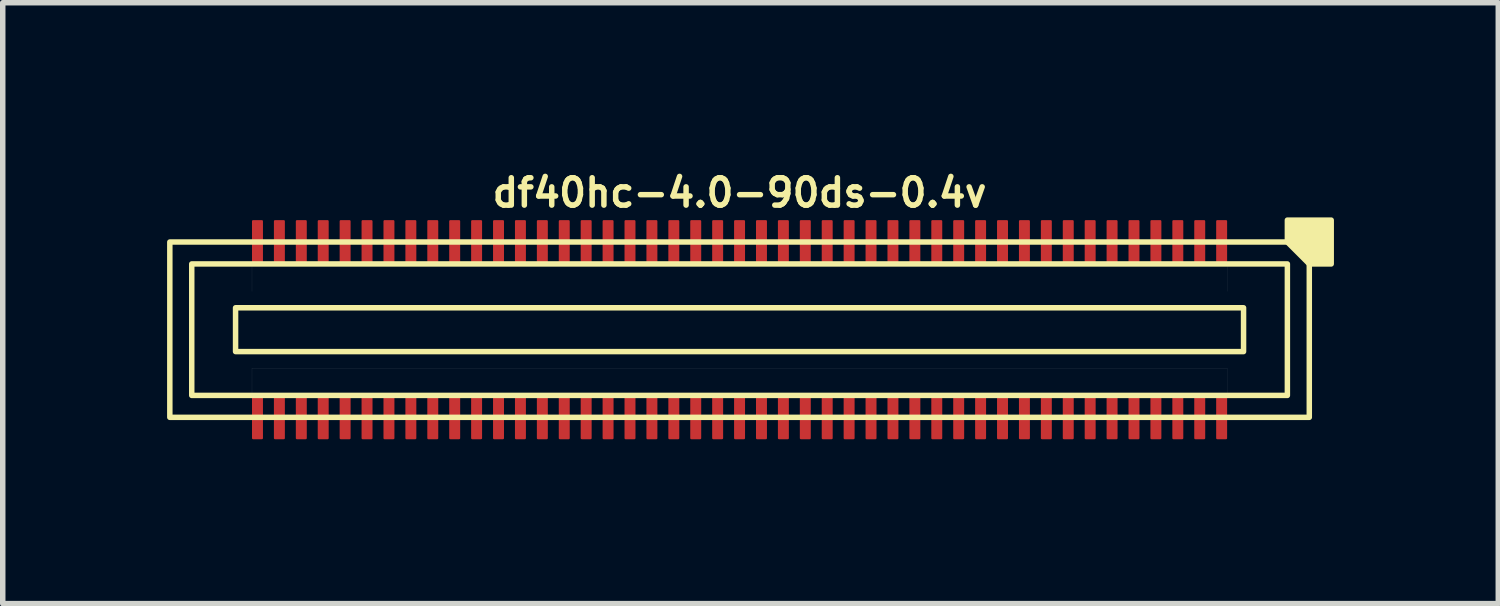
<source format=kicad_pcb>
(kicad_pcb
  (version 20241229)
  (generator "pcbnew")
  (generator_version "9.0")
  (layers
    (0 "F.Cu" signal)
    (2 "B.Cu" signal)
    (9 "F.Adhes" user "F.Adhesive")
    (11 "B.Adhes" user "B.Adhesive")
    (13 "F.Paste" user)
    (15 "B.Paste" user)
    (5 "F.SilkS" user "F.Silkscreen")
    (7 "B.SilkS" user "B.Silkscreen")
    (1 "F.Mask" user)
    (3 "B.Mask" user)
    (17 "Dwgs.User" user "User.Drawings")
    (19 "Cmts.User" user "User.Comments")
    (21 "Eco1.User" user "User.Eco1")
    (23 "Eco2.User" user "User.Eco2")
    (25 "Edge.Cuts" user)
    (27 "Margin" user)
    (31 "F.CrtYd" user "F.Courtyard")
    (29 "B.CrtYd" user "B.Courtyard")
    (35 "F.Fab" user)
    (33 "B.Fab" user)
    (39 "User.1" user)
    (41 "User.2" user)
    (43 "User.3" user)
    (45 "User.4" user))
  (footprint "df40hc-4.0-90ds-0.4v"
    (layer "F.Cu")
    (at 10.45 2.968)
    (property "Reference" "df40hc-4.0-90ds-0.4v" (at 0 -2.5 180) (layer "F.SilkS") (effects (font (size 0.5 0.5) (thickness 0.1))))
    (attr smd)
    (fp_rect (start -9.2 -0.4) (end 9.2 0.4) (stroke (width 0.1) (type default)) (fill no) (layer "F.SilkS"))
    (fp_rect (start 10 -1.2) (end -10 1.2) (stroke (width 0.1) (type default)) (fill no) (layer "F.SilkS"))
    (fp_rect (start 10.4 -1.6) (end -10.4 1.6) (stroke (width 0.1) (type default)) (fill no) (layer "F.SilkS"))
    (fp_poly (pts (xy 10 -1.6) (xy 10 -2) (xy 10.8 -2) (xy 10.8 -1.2) (xy 10.4 -1.2)) (stroke (width 0.1) (type solid)) (fill yes) (layer "F.SilkS"))
    (fp_poly (pts (xy -8.9 -1.2) (xy 8.9 -1.2) (xy 8.9 -0.7) (xy -8.9 -0.7)) (stroke (width 0.001) (type solid)) (fill no) (layer "Dwgs.User"))
    (fp_poly (pts (xy -8.9 0.7) (xy 8.9 0.7) (xy 8.9 1.2) (xy -8.9 1.2)) (stroke (width 0.001) (type solid)) (fill no) (layer "Dwgs.User"))
    (pad "1" smd roundrect (at 8.8 -1.6) (size 0.2 0.8) (layers "F.Cu" "F.Mask" "F.Paste") (roundrect_rratio 0.1))
    (pad "2" smd roundrect (at 8.8 1.6) (size 0.2 0.8) (layers "F.Cu" "F.Mask" "F.Paste") (roundrect_rratio 0.1))
    (pad "3" smd roundrect (at 8.4 -1.6) (size 0.2 0.8) (layers "F.Cu" "F.Mask" "F.Paste") (roundrect_rratio 0.1))
    (pad "4" smd roundrect (at 8.4 1.6) (size 0.2 0.8) (layers "F.Cu" "F.Mask" "F.Paste") (roundrect_rratio 0.1))
    (pad "5" smd roundrect (at 8 -1.6) (size 0.2 0.8) (layers "F.Cu" "F.Mask" "F.Paste") (roundrect_rratio 0.1))
    (pad "6" smd roundrect (at 8 1.6) (size 0.2 0.8) (layers "F.Cu" "F.Mask" "F.Paste") (roundrect_rratio 0.1))
    (pad "7" smd roundrect (at 7.6 -1.6) (size 0.2 0.8) (layers "F.Cu" "F.Mask" "F.Paste") (roundrect_rratio 0.1))
    (pad "8" smd roundrect (at 7.6 1.6) (size 0.2 0.8) (layers "F.Cu" "F.Mask" "F.Paste") (roundrect_rratio 0.1))
    (pad "9" smd roundrect (at 7.2 -1.6) (size 0.2 0.8) (layers "F.Cu" "F.Mask" "F.Paste") (roundrect_rratio 0.1))
    (pad "10" smd roundrect (at 7.2 1.6) (size 0.2 0.8) (layers "F.Cu" "F.Mask" "F.Paste") (roundrect_rratio 0.1))
    (pad "11" smd roundrect (at 6.8 -1.6) (size 0.2 0.8) (layers "F.Cu" "F.Mask" "F.Paste") (roundrect_rratio 0.1))
    (pad "12" smd roundrect (at 6.8 1.6) (size 0.2 0.8) (layers "F.Cu" "F.Mask" "F.Paste") (roundrect_rratio 0.1))
    (pad "13" smd roundrect (at 6.4 -1.6) (size 0.2 0.8) (layers "F.Cu" "F.Mask" "F.Paste") (roundrect_rratio 0.1))
    (pad "14" smd roundrect (at 6.4 1.6) (size 0.2 0.8) (layers "F.Cu" "F.Mask" "F.Paste") (roundrect_rratio 0.1))
    (pad "15" smd roundrect (at 6 -1.6) (size 0.2 0.8) (layers "F.Cu" "F.Mask" "F.Paste") (roundrect_rratio 0.1))
    (pad "16" smd roundrect (at 6 1.6) (size 0.2 0.8) (layers "F.Cu" "F.Mask" "F.Paste") (roundrect_rratio 0.1))
    (pad "17" smd roundrect (at 5.6 -1.6) (size 0.2 0.8) (layers "F.Cu" "F.Mask" "F.Paste") (roundrect_rratio 0.1))
    (pad "18" smd roundrect (at 5.6 1.6) (size 0.2 0.8) (layers "F.Cu" "F.Mask" "F.Paste") (roundrect_rratio 0.1))
    (pad "19" smd roundrect (at 5.2 -1.6) (size 0.2 0.8) (layers "F.Cu" "F.Mask" "F.Paste") (roundrect_rratio 0.1))
    (pad "20" smd roundrect (at 5.2 1.6) (size 0.2 0.8) (layers "F.Cu" "F.Mask" "F.Paste") (roundrect_rratio 0.1))
    (pad "21" smd roundrect (at 4.8 -1.6) (size 0.2 0.8) (layers "F.Cu" "F.Mask" "F.Paste") (roundrect_rratio 0.1))
    (pad "22" smd roundrect (at 4.8 1.6) (size 0.2 0.8) (layers "F.Cu" "F.Mask" "F.Paste") (roundrect_rratio 0.1))
    (pad "23" smd roundrect (at 4.4 -1.6) (size 0.2 0.8) (layers "F.Cu" "F.Mask" "F.Paste") (roundrect_rratio 0.1))
    (pad "24" smd roundrect (at 4.4 1.6) (size 0.2 0.8) (layers "F.Cu" "F.Mask" "F.Paste") (roundrect_rratio 0.1))
    (pad "25" smd roundrect (at 4 -1.6) (size 0.2 0.8) (layers "F.Cu" "F.Mask" "F.Paste") (roundrect_rratio 0.1))
    (pad "26" smd roundrect (at 4 1.6) (size 0.2 0.8) (layers "F.Cu" "F.Mask" "F.Paste") (roundrect_rratio 0.1))
    (pad "27" smd roundrect (at 3.6 -1.6) (size 0.2 0.8) (layers "F.Cu" "F.Mask" "F.Paste") (roundrect_rratio 0.1))
    (pad "28" smd roundrect (at 3.6 1.6) (size 0.2 0.8) (layers "F.Cu" "F.Mask" "F.Paste") (roundrect_rratio 0.1))
    (pad "29" smd roundrect (at 3.2 -1.6) (size 0.2 0.8) (layers "F.Cu" "F.Mask" "F.Paste") (roundrect_rratio 0.1))
    (pad "30" smd roundrect (at 3.2 1.6) (size 0.2 0.8) (layers "F.Cu" "F.Mask" "F.Paste") (roundrect_rratio 0.1))
    (pad "31" smd roundrect (at 2.8 -1.6) (size 0.2 0.8) (layers "F.Cu" "F.Mask" "F.Paste") (roundrect_rratio 0.1))
    (pad "32" smd roundrect (at 2.8 1.6) (size 0.2 0.8) (layers "F.Cu" "F.Mask" "F.Paste") (roundrect_rratio 0.1))
    (pad "33" smd roundrect (at 2.4 -1.6) (size 0.2 0.8) (layers "F.Cu" "F.Mask" "F.Paste") (roundrect_rratio 0.1))
    (pad "34" smd roundrect (at 2.4 1.6) (size 0.2 0.8) (layers "F.Cu" "F.Mask" "F.Paste") (roundrect_rratio 0.1))
    (pad "35" smd roundrect (at 2 -1.6) (size 0.2 0.8) (layers "F.Cu" "F.Mask" "F.Paste") (roundrect_rratio 0.1))
    (pad "36" smd roundrect (at 2 1.6) (size 0.2 0.8) (layers "F.Cu" "F.Mask" "F.Paste") (roundrect_rratio 0.1))
    (pad "37" smd roundrect (at 1.6 -1.6) (size 0.2 0.8) (layers "F.Cu" "F.Mask" "F.Paste") (roundrect_rratio 0.1))
    (pad "38" smd roundrect (at 1.6 1.6) (size 0.2 0.8) (layers "F.Cu" "F.Mask" "F.Paste") (roundrect_rratio 0.1))
    (pad "39" smd roundrect (at 1.2 -1.6) (size 0.2 0.8) (layers "F.Cu" "F.Mask" "F.Paste") (roundrect_rratio 0.1))
    (pad "40" smd roundrect (at 1.2 1.6) (size 0.2 0.8) (layers "F.Cu" "F.Mask" "F.Paste") (roundrect_rratio 0.1))
    (pad "41" smd roundrect (at 0.8 -1.6) (size 0.2 0.8) (layers "F.Cu" "F.Mask" "F.Paste") (roundrect_rratio 0.1))
    (pad "42" smd roundrect (at 0.8 1.6) (size 0.2 0.8) (layers "F.Cu" "F.Mask" "F.Paste") (roundrect_rratio 0.1))
    (pad "43" smd roundrect (at 0.4 -1.6) (size 0.2 0.8) (layers "F.Cu" "F.Mask" "F.Paste") (roundrect_rratio 0.1))
    (pad "44" smd roundrect (at 0.4 1.6) (size 0.2 0.8) (layers "F.Cu" "F.Mask" "F.Paste") (roundrect_rratio 0.1))
    (pad "45" smd roundrect (at 0 -1.6) (size 0.2 0.8) (layers "F.Cu" "F.Mask" "F.Paste") (roundrect_rratio 0.1))
    (pad "46" smd roundrect (at 0 1.6) (size 0.2 0.8) (layers "F.Cu" "F.Mask" "F.Paste") (roundrect_rratio 0.1))
    (pad "47" smd roundrect (at -0.4 -1.6) (size 0.2 0.8) (layers "F.Cu" "F.Mask" "F.Paste") (roundrect_rratio 0.1))
    (pad "48" smd roundrect (at -0.4 1.6) (size 0.2 0.8) (layers "F.Cu" "F.Mask" "F.Paste") (roundrect_rratio 0.1))
    (pad "49" smd roundrect (at -0.8 -1.6) (size 0.2 0.8) (layers "F.Cu" "F.Mask" "F.Paste") (roundrect_rratio 0.1))
    (pad "50" smd roundrect (at -0.8 1.6) (size 0.2 0.8) (layers "F.Cu" "F.Mask" "F.Paste") (roundrect_rratio 0.1))
    (pad "51" smd roundrect (at -1.2 -1.6) (size 0.2 0.8) (layers "F.Cu" "F.Mask" "F.Paste") (roundrect_rratio 0.1))
    (pad "52" smd roundrect (at -1.2 1.6) (size 0.2 0.8) (layers "F.Cu" "F.Mask" "F.Paste") (roundrect_rratio 0.1))
    (pad "53" smd roundrect (at -1.6 -1.6) (size 0.2 0.8) (layers "F.Cu" "F.Mask" "F.Paste") (roundrect_rratio 0.1))
    (pad "54" smd roundrect (at -1.6 1.6) (size 0.2 0.8) (layers "F.Cu" "F.Mask" "F.Paste") (roundrect_rratio 0.1))
    (pad "55" smd roundrect (at -2 -1.6) (size 0.2 0.8) (layers "F.Cu" "F.Mask" "F.Paste") (roundrect_rratio 0.1))
    (pad "56" smd roundrect (at -2 1.6) (size 0.2 0.8) (layers "F.Cu" "F.Mask" "F.Paste") (roundrect_rratio 0.1))
    (pad "57" smd roundrect (at -2.4 -1.6) (size 0.2 0.8) (layers "F.Cu" "F.Mask" "F.Paste") (roundrect_rratio 0.1))
    (pad "58" smd roundrect (at -2.4 1.6) (size 0.2 0.8) (layers "F.Cu" "F.Mask" "F.Paste") (roundrect_rratio 0.1))
    (pad "59" smd roundrect (at -2.8 -1.6) (size 0.2 0.8) (layers "F.Cu" "F.Mask" "F.Paste") (roundrect_rratio 0.1))
    (pad "60" smd roundrect (at -2.8 1.6) (size 0.2 0.8) (layers "F.Cu" "F.Mask" "F.Paste") (roundrect_rratio 0.1))
    (pad "61" smd roundrect (at -3.2 -1.6) (size 0.2 0.8) (layers "F.Cu" "F.Mask" "F.Paste") (roundrect_rratio 0.1))
    (pad "62" smd roundrect (at -3.2 1.6) (size 0.2 0.8) (layers "F.Cu" "F.Mask" "F.Paste") (roundrect_rratio 0.1))
    (pad "63" smd roundrect (at -3.6 -1.6) (size 0.2 0.8) (layers "F.Cu" "F.Mask" "F.Paste") (roundrect_rratio 0.1))
    (pad "64" smd roundrect (at -3.6 1.6) (size 0.2 0.8) (layers "F.Cu" "F.Mask" "F.Paste") (roundrect_rratio 0.1))
    (pad "65" smd roundrect (at -4 -1.6) (size 0.2 0.8) (layers "F.Cu" "F.Mask" "F.Paste") (roundrect_rratio 0.1))
    (pad "66" smd roundrect (at -4 1.6) (size 0.2 0.8) (layers "F.Cu" "F.Mask" "F.Paste") (roundrect_rratio 0.1))
    (pad "67" smd roundrect (at -4.4 -1.6) (size 0.2 0.8) (layers "F.Cu" "F.Mask" "F.Paste") (roundrect_rratio 0.1))
    (pad "68" smd roundrect (at -4.4 1.6) (size 0.2 0.8) (layers "F.Cu" "F.Mask" "F.Paste") (roundrect_rratio 0.1))
    (pad "69" smd roundrect (at -4.8 -1.6) (size 0.2 0.8) (layers "F.Cu" "F.Mask" "F.Paste") (roundrect_rratio 0.1))
    (pad "70" smd roundrect (at -4.8 1.6) (size 0.2 0.8) (layers "F.Cu" "F.Mask" "F.Paste") (roundrect_rratio 0.1))
    (pad "71" smd roundrect (at -5.2 -1.6) (size 0.2 0.8) (layers "F.Cu" "F.Mask" "F.Paste") (roundrect_rratio 0.1))
    (pad "72" smd roundrect (at -5.2 1.6) (size 0.2 0.8) (layers "F.Cu" "F.Mask" "F.Paste") (roundrect_rratio 0.1))
    (pad "73" smd roundrect (at -5.6 -1.6) (size 0.2 0.8) (layers "F.Cu" "F.Mask" "F.Paste") (roundrect_rratio 0.1))
    (pad "74" smd roundrect (at -5.6 1.6) (size 0.2 0.8) (layers "F.Cu" "F.Mask" "F.Paste") (roundrect_rratio 0.1))
    (pad "75" smd roundrect (at -6 -1.6) (size 0.2 0.8) (layers "F.Cu" "F.Mask" "F.Paste") (roundrect_rratio 0.1))
    (pad "76" smd roundrect (at -6 1.6) (size 0.2 0.8) (layers "F.Cu" "F.Mask" "F.Paste") (roundrect_rratio 0.1))
    (pad "77" smd roundrect (at -6.4 -1.6) (size 0.2 0.8) (layers "F.Cu" "F.Mask" "F.Paste") (roundrect_rratio 0.1))
    (pad "78" smd roundrect (at -6.4 1.6) (size 0.2 0.8) (layers "F.Cu" "F.Mask" "F.Paste") (roundrect_rratio 0.1))
    (pad "79" smd roundrect (at -6.8 -1.6) (size 0.2 0.8) (layers "F.Cu" "F.Mask" "F.Paste") (roundrect_rratio 0.1))
    (pad "80" smd roundrect (at -6.8 1.6) (size 0.2 0.8) (layers "F.Cu" "F.Mask" "F.Paste") (roundrect_rratio 0.1))
    (pad "81" smd roundrect (at -7.2 -1.6) (size 0.2 0.8) (layers "F.Cu" "F.Mask" "F.Paste") (roundrect_rratio 0.1))
    (pad "82" smd roundrect (at -7.2 1.6) (size 0.2 0.8) (layers "F.Cu" "F.Mask" "F.Paste") (roundrect_rratio 0.1))
    (pad "83" smd roundrect (at -7.6 -1.6) (size 0.2 0.8) (layers "F.Cu" "F.Mask" "F.Paste") (roundrect_rratio 0.1))
    (pad "84" smd roundrect (at -7.6 1.6) (size 0.2 0.8) (layers "F.Cu" "F.Mask" "F.Paste") (roundrect_rratio 0.1))
    (pad "85" smd roundrect (at -8 -1.6) (size 0.2 0.8) (layers "F.Cu" "F.Mask" "F.Paste") (roundrect_rratio 0.1))
    (pad "86" smd roundrect (at -8 1.6) (size 0.2 0.8) (layers "F.Cu" "F.Mask" "F.Paste") (roundrect_rratio 0.1))
    (pad "87" smd roundrect (at -8.4 -1.6) (size 0.2 0.8) (layers "F.Cu" "F.Mask" "F.Paste") (roundrect_rratio 0.1))
    (pad "88" smd roundrect (at -8.4 1.6) (size 0.2 0.8) (layers "F.Cu" "F.Mask" "F.Paste") (roundrect_rratio 0.1))
    (pad "89" smd roundrect (at -8.8 -1.6) (size 0.2 0.8) (layers "F.Cu" "F.Mask" "F.Paste") (roundrect_rratio 0.1))
    (pad "90" smd roundrect (at -8.8 1.6) (size 0.2 0.8) (layers "F.Cu" "F.Mask" "F.Paste") (roundrect_rratio 0.1)))
  (gr_rect
    (start -3 -3)
    (end 24.3 7.968)
    (stroke (width 0.1) (type default))
    (fill no)
    (layer "Edge.Cuts")))
</source>
